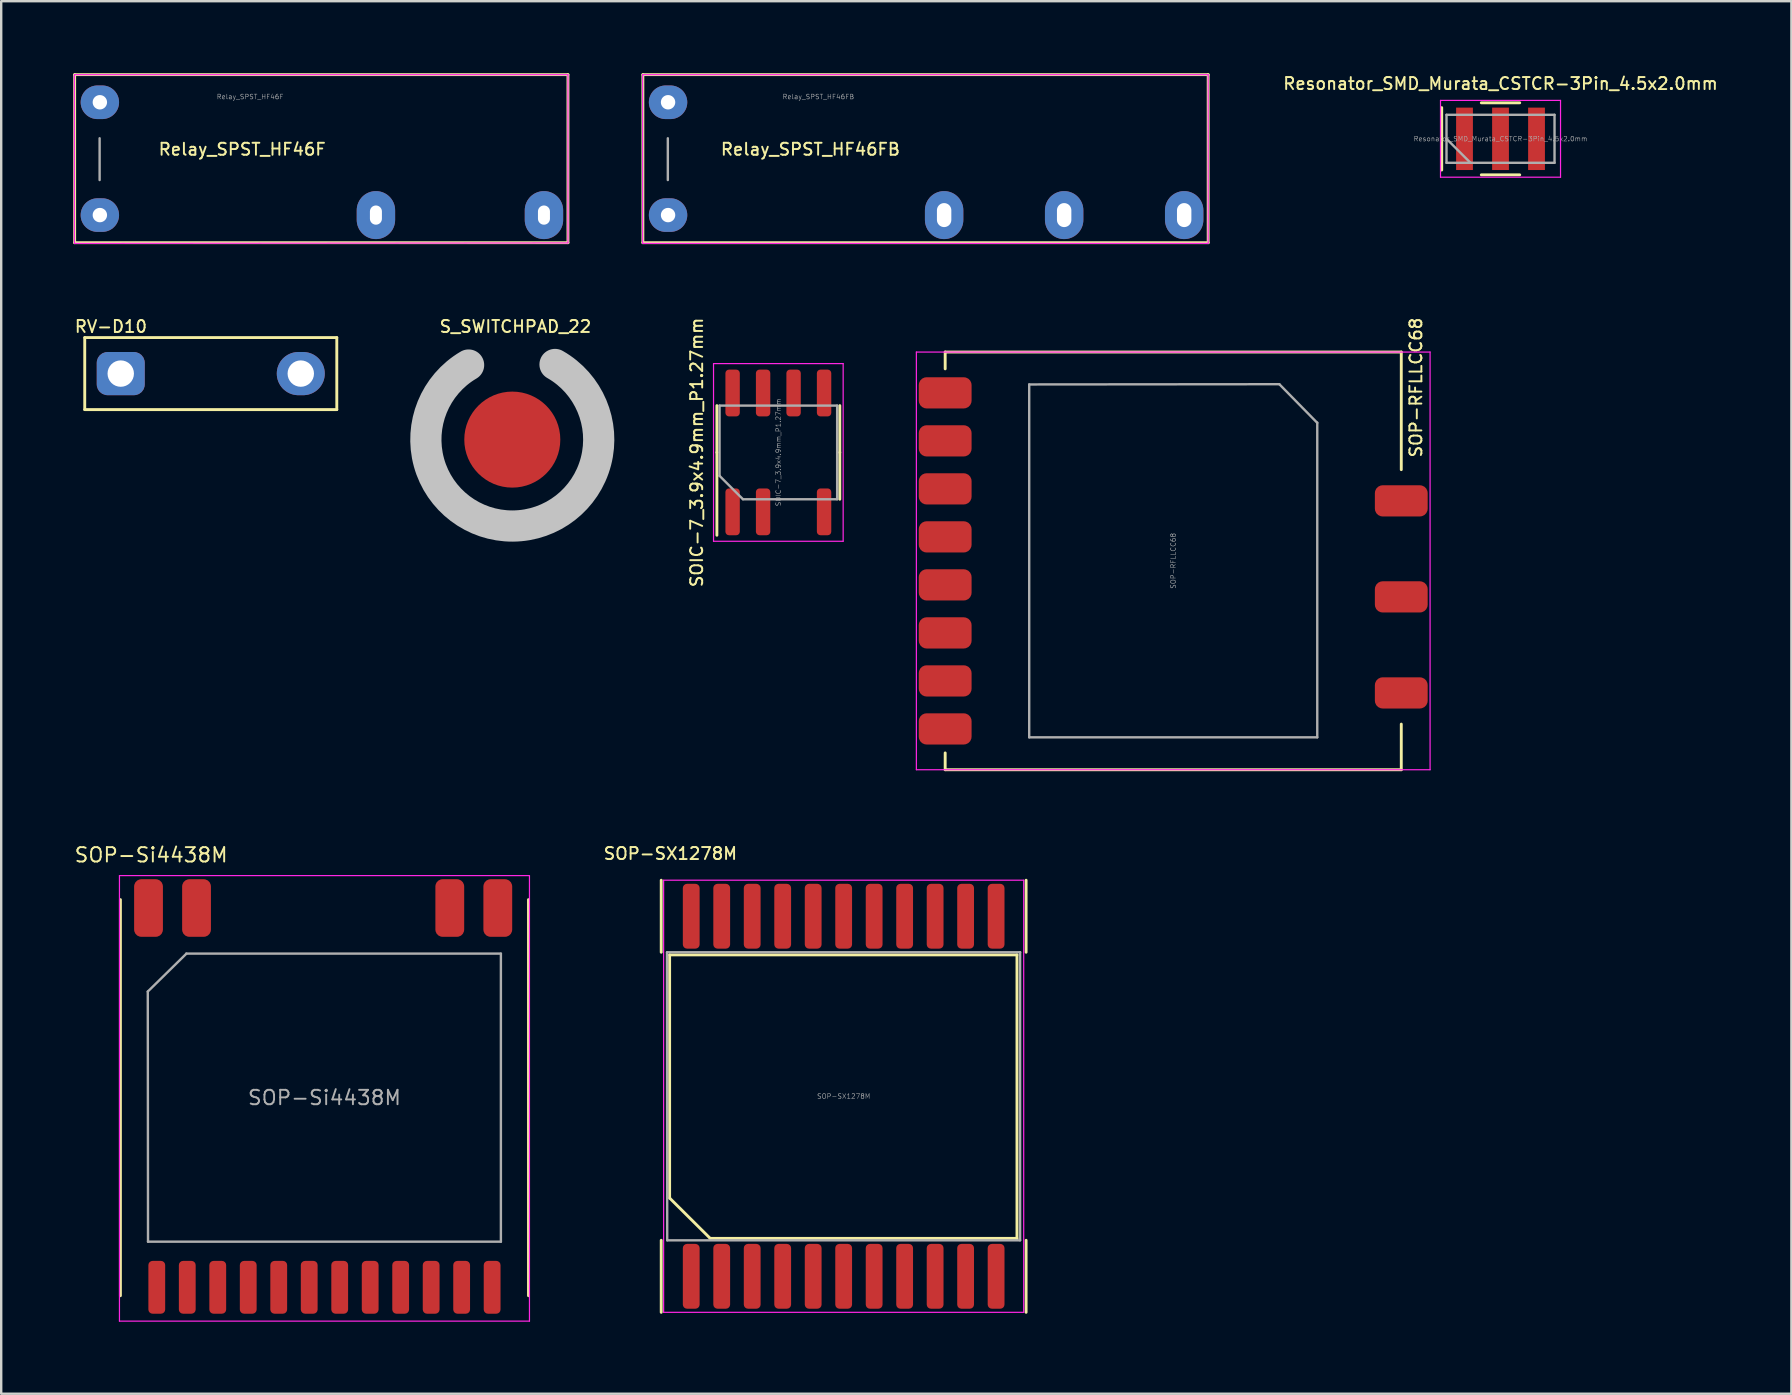
<source format=kicad_pcb>
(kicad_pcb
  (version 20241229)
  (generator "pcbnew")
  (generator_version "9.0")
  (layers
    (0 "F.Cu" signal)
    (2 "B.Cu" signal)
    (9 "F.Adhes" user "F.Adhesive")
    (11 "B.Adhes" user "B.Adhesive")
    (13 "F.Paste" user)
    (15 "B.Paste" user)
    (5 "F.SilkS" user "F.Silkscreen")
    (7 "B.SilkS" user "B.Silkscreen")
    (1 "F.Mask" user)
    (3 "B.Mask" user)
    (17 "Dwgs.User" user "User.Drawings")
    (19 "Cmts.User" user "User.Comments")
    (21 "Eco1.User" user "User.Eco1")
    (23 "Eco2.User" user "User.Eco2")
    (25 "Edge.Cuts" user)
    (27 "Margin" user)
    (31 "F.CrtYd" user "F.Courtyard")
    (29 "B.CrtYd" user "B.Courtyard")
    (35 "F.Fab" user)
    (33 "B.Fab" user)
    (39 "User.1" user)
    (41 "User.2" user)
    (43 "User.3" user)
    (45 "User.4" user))
  (footprint "SOIC-7_3.9x4.9mm_P1.27mm"
    (layer "F.Cu")
    (at 29.374 15.797)
    (property "Reference" "SOIC-7_3.9x4.9mm_P1.27mm" (at -3.4 0 90) (layer "F.SilkS") (effects (font (size 0.5 0.5) (thickness 0.08))))
    (attr smd)
    (fp_line (start -2.56 0) (end -2.56 -1.95) (stroke (width 0.12) (type solid)) (layer "F.SilkS"))
    (fp_line (start -2.56 0) (end -2.56 3.45) (stroke (width 0.12) (type solid)) (layer "F.SilkS"))
    (fp_line (start 2.56 0) (end 2.56 -1.95) (stroke (width 0.12) (type solid)) (layer "F.SilkS"))
    (fp_line (start 2.56 0) (end 2.56 1.95) (stroke (width 0.12) (type solid)) (layer "F.SilkS"))
    (fp_line (start -2.7 -3.7) (end -2.7 3.7) (stroke (width 0.05) (type solid)) (layer "F.CrtYd"))
    (fp_line (start -2.7 3.7) (end 2.7 3.7) (stroke (width 0.05) (type solid)) (layer "F.CrtYd"))
    (fp_line (start 2.7 -3.7) (end -2.7 -3.7) (stroke (width 0.05) (type solid)) (layer "F.CrtYd"))
    (fp_line (start 2.7 3.7) (end 2.7 -3.7) (stroke (width 0.05) (type solid)) (layer "F.CrtYd"))
    (fp_line (start -2.45 -1.95) (end 2.45 -1.95) (stroke (width 0.1) (type solid)) (layer "F.Fab"))
    (fp_line (start -2.45 0.975) (end -2.45 -1.95) (stroke (width 0.1) (type solid)) (layer "F.Fab"))
    (fp_line (start -1.475 1.95) (end -2.45 0.975) (stroke (width 0.1) (type solid)) (layer "F.Fab"))
    (fp_line (start 2.45 -1.95) (end 2.45 1.95) (stroke (width 0.1) (type solid)) (layer "F.Fab"))
    (fp_line (start 2.45 1.95) (end -1.475 1.95) (stroke (width 0.1) (type solid)) (layer "F.Fab"))
    (fp_text user "${REFERENCE}" (at 0 0 90) (layer "F.Fab") (effects (font (size 0.2 0.2) (thickness 0.02))))
    (pad "1" smd roundrect (at -1.905 2.475 90) (size 1.95 0.6) (layers "F.Cu" "F.Mask" "F.Paste") (roundrect_rratio 0.25))
    (pad "2" smd roundrect (at -0.635 2.475 90) (size 1.95 0.6) (layers "F.Cu" "F.Mask" "F.Paste") (roundrect_rratio 0.25))
    (pad "4" smd roundrect (at 1.905 2.475 90) (size 1.95 0.6) (layers "F.Cu" "F.Mask" "F.Paste") (roundrect_rratio 0.25))
    (pad "5" smd roundrect (at 1.905 -2.475 90) (size 1.95 0.6) (layers "F.Cu" "F.Mask" "F.Paste") (roundrect_rratio 0.25))
    (pad "6" smd roundrect (at 0.635 -2.475 90) (size 1.95 0.6) (layers "F.Cu" "F.Mask" "F.Paste") (roundrect_rratio 0.25))
    (pad "7" smd roundrect (at -0.635 -2.475 90) (size 1.95 0.6) (layers "F.Cu" "F.Mask" "F.Paste") (roundrect_rratio 0.25))
    (pad "8" smd roundrect (at -1.905 -2.475 90) (size 1.95 0.6) (layers "F.Cu" "F.Mask" "F.Paste") (roundrect_rratio 0.25)))
  (footprint "RV-D10"
    (layer "F.Cu")
    (at 1.98 12.513)
    (property "Reference" "RV-D10" (at -0.41 -1.96 0) (layer "F.SilkS") (effects (font (size 0.5 0.5) (thickness 0.08))))
    (attr through_hole)
    (fp_line (start -1.5 -1.5) (end -1.5 1.5) (stroke (width 0.12) (type solid)) (layer "F.SilkS"))
    (fp_line (start -1.5 1.5) (end 9 1.5) (stroke (width 0.12) (type solid)) (layer "F.SilkS"))
    (fp_line (start 9 -1.5) (end -1.5 -1.5) (stroke (width 0.12) (type solid)) (layer "F.SilkS"))
    (fp_line (start 9 1.5) (end 9 -1.5) (stroke (width 0.12) (type solid)) (layer "F.SilkS"))
    (pad "1" thru_hole roundrect (at 0 0 180) (size 2 1.8) (drill 1.1) (layers "*.Cu" "*.Mask") (roundrect_rratio 0.25))
    (pad "2" thru_hole oval (at 7.5 0 180) (size 2 1.8) (drill 1.1) (layers "*.Cu" "*.Mask")))
  (footprint "Relay_SPST_HF46FB"
    (layer "F.Cu")
    (at 24.78 5.91)
    (property "Reference" "Relay_SPST_HF46FB" (at 5.93 -2.74 180) (layer "F.SilkS") (effects (font (size 0.5 0.5) (thickness 0.08))))
    (attr through_hole)
    (fp_line (start -1.05 -5.85) (end 22.5 -5.85) (stroke (width 0.12) (type solid)) (layer "F.SilkS"))
    (fp_line (start -1.05 1.15) (end -1.05 -5.85) (stroke (width 0.12) (type solid)) (layer "F.SilkS"))
    (fp_line (start -1.05 1.15) (end 22.5 1.15) (stroke (width 0.12) (type solid)) (layer "F.SilkS"))
    (fp_line (start 22.5 1.15) (end 22.5 -5.85) (stroke (width 0.12) (type solid)) (layer "F.SilkS"))
    (fp_line (start -1.06 -5.85) (end 22.5 -5.85) (stroke (width 0.05) (type solid)) (layer "F.CrtYd"))
    (fp_line (start -1.06 1.18) (end -1.06 -5.85) (stroke (width 0.05) (type solid)) (layer "F.CrtYd"))
    (fp_line (start 22.5 -5.85) (end 22.5 1.18) (stroke (width 0.05) (type solid)) (layer "F.CrtYd"))
    (fp_line (start 22.5 1.18) (end -1.06 1.18) (stroke (width 0.05) (type solid)) (layer "F.CrtYd"))
    (fp_line (start -0.01 -1.46) (end -0.01 -3.2) (stroke (width 0.1) (type solid)) (layer "F.Fab"))
    (fp_text user "${REFERENCE}" (at 6.26 -4.93 0) (layer "F.Fab") (effects (font (size 0.2 0.2) (thickness 0.02))))
    (pad "1" thru_hole oval (at 0 0 180) (size 1.6 1.4) (drill 0.6) (layers "*.Cu" "*.Mask"))
    (pad "2" thru_hole oval (at 0 -4.7 180) (size 1.6 1.4) (drill 0.6) (layers "*.Cu" "*.Mask"))
    (pad "3" thru_hole oval (at 16.5 0 180) (size 1.6 2) (drill oval 0.6 1) (layers "*.Cu" "*.Mask"))
    (pad "4" thru_hole oval (at 21.5 0 180) (size 1.6 2) (drill oval 0.6 1) (layers "*.Cu" "*.Mask"))
    (pad "5" thru_hole oval (at 11.5 0 180) (size 1.6 2) (drill oval 0.6 1) (layers "*.Cu" "*.Mask")))
  (footprint "Relay_SPST_HF46F"
    (layer "F.Cu")
    (at 1.11 5.91)
    (property "Reference" "Relay_SPST_HF46F" (at 5.93 -2.74 180) (layer "F.SilkS") (effects (font (size 0.5 0.5) (thickness 0.08))))
    (attr through_hole)
    (fp_line (start -1.05 -5.85) (end 19.5 -5.85) (stroke (width 0.12) (type solid)) (layer "F.SilkS"))
    (fp_line (start -1.05 1.15) (end -1.05 -5.85) (stroke (width 0.12) (type solid)) (layer "F.SilkS"))
    (fp_line (start -1.05 1.15) (end 19.5 1.15) (stroke (width 0.12) (type solid)) (layer "F.SilkS"))
    (fp_line (start 19.5 1.15) (end 19.5 -5.85) (stroke (width 0.12) (type solid)) (layer "F.SilkS"))
    (fp_line (start -1.06 1.18) (end -1.06 -5.85) (stroke (width 0.05) (type solid)) (layer "F.CrtYd"))
    (fp_line (start -1.05 -5.85) (end 19.5 -5.85) (stroke (width 0.05) (type solid)) (layer "F.CrtYd"))
    (fp_line (start 19.5 -5.85) (end 19.5 1.16) (stroke (width 0.05) (type solid)) (layer "F.CrtYd"))
    (fp_line (start 19.5 1.16) (end -1.06 1.18) (stroke (width 0.05) (type solid)) (layer "F.CrtYd"))
    (fp_line (start -0.01 -1.46) (end -0.01 -3.2) (stroke (width 0.1) (type solid)) (layer "F.Fab"))
    (fp_text user "${REFERENCE}" (at 6.26 -4.93 0) (layer "F.Fab") (effects (font (size 0.2 0.2) (thickness 0.02))))
    (pad "1" thru_hole oval (at 0 0 180) (size 1.6 1.4) (drill 0.6) (layers "*.Cu" "*.Mask"))
    (pad "2" thru_hole oval (at 0 -4.7 180) (size 1.6 1.4) (drill 0.6) (layers "*.Cu" "*.Mask"))
    (pad "3" thru_hole oval (at 11.5 0 180) (size 1.6 2) (drill oval 0.5 0.8) (layers "*.Cu" "*.Mask"))
    (pad "4" thru_hole oval (at 18.5 0 180) (size 1.6 2) (drill oval 0.5 0.8) (layers "*.Cu" "*.Mask")))
  (footprint "SOP-SX1278M"
    (layer "F.Cu")
    (at 32.095 42.618)
    (property "Reference" "SOP-SX1278M" (at -7.22 -10.11 0) (layer "F.SilkS") (effects (font (size 0.5 0.5) (thickness 0.08))))
    (attr smd)
    (fp_line (start -7.6 -9) (end -7.6 -6) (stroke (width 0.12) (type solid)) (layer "F.SilkS"))
    (fp_line (start -7.6 6) (end -7.6 9) (stroke (width 0.12) (type solid)) (layer "F.SilkS"))
    (fp_line (start -7.25 -5.89) (end -7.25 4.24) (stroke (width 0.12) (type solid)) (layer "F.SilkS"))
    (fp_line (start -7.25 -5.89) (end 7.22 -5.89) (stroke (width 0.12) (type solid)) (layer "F.SilkS"))
    (fp_line (start -7.24 4.25) (end -5.56 5.92) (stroke (width 0.12) (type solid)) (layer "F.SilkS"))
    (fp_line (start 7.22 -5.89) (end 7.22 5.92) (stroke (width 0.12) (type solid)) (layer "F.SilkS"))
    (fp_line (start 7.22 5.92) (end -5.56 5.92) (stroke (width 0.12) (type solid)) (layer "F.SilkS"))
    (fp_line (start 7.6 -9) (end 7.6 -6) (stroke (width 0.12) (type solid)) (layer "F.SilkS"))
    (fp_line (start 7.6 6) (end 7.6 9) (stroke (width 0.12) (type solid)) (layer "F.SilkS"))
    (fp_line (start -7.5 -9) (end -7.5 9) (stroke (width 0.05) (type solid)) (layer "F.CrtYd"))
    (fp_line (start -7.5 9) (end 7.5 9) (stroke (width 0.05) (type solid)) (layer "F.CrtYd"))
    (fp_line (start 7.5 -9) (end -7.5 -9) (stroke (width 0.05) (type solid)) (layer "F.CrtYd"))
    (fp_line (start 7.5 9) (end 7.5 -9) (stroke (width 0.05) (type solid)) (layer "F.CrtYd"))
    (fp_line (start -7.36 -6) (end 7.35 -6) (stroke (width 0.1) (type solid)) (layer "F.Fab"))
    (fp_line (start -7.36 -5.99) (end -7.35 6) (stroke (width 0.1) (type solid)) (layer "F.Fab"))
    (fp_line (start 7.35 -6) (end 7.35 6) (stroke (width 0.1) (type solid)) (layer "F.Fab"))
    (fp_line (start 7.35 6) (end -7.35 6) (stroke (width 0.1) (type solid)) (layer "F.Fab"))
    (fp_text user "${REFERENCE}" (at 0 0 0) (layer "F.Fab") (effects (font (size 0.2 0.2) (thickness 0.02))))
    (pad "1" smd roundrect (at -6.35 7.5 90) (size 2.7 0.7) (layers "F.Cu" "F.Mask" "F.Paste") (roundrect_rratio 0.25))
    (pad "2" smd roundrect (at -5.08 7.5 90) (size 2.7 0.7) (layers "F.Cu" "F.Mask" "F.Paste") (roundrect_rratio 0.25))
    (pad "3" smd roundrect (at -3.81 7.5 90) (size 2.7 0.7) (layers "F.Cu" "F.Mask" "F.Paste") (roundrect_rratio 0.25))
    (pad "4" smd roundrect (at -2.54 7.5 90) (size 2.7 0.7) (layers "F.Cu" "F.Mask" "F.Paste") (roundrect_rratio 0.25))
    (pad "5" smd roundrect (at -1.27 7.5 90) (size 2.7 0.7) (layers "F.Cu" "F.Mask" "F.Paste") (roundrect_rratio 0.25))
    (pad "6" smd roundrect (at 0 7.5 90) (size 2.7 0.7) (layers "F.Cu" "F.Mask" "F.Paste") (roundrect_rratio 0.25))
    (pad "7" smd roundrect (at 1.27 7.5 90) (size 2.7 0.7) (layers "F.Cu" "F.Mask" "F.Paste") (roundrect_rratio 0.25))
    (pad "8" smd roundrect (at 2.54 7.5 90) (size 2.7 0.7) (layers "F.Cu" "F.Mask" "F.Paste") (roundrect_rratio 0.25))
    (pad "9" smd roundrect (at 3.81 7.5 90) (size 2.7 0.7) (layers "F.Cu" "F.Mask" "F.Paste") (roundrect_rratio 0.25))
    (pad "10" smd roundrect (at 5.08 7.5 90) (size 2.7 0.7) (layers "F.Cu" "F.Mask" "F.Paste") (roundrect_rratio 0.25))
    (pad "11" smd roundrect (at 6.35 7.5 90) (size 2.7 0.7) (layers "F.Cu" "F.Mask" "F.Paste") (roundrect_rratio 0.25))
    (pad "12" smd roundrect (at 6.35 -7.5 90) (size 2.7 0.7) (layers "F.Cu" "F.Mask" "F.Paste") (roundrect_rratio 0.25))
    (pad "13" smd roundrect (at 5.08 -7.5 90) (size 2.7 0.7) (layers "F.Cu" "F.Mask" "F.Paste") (roundrect_rratio 0.25))
    (pad "14" smd roundrect (at 3.81 -7.5 90) (size 2.7 0.7) (layers "F.Cu" "F.Mask" "F.Paste") (roundrect_rratio 0.25))
    (pad "15" smd roundrect (at 2.54 -7.5 90) (size 2.7 0.7) (layers "F.Cu" "F.Mask" "F.Paste") (roundrect_rratio 0.25))
    (pad "16" smd roundrect (at 1.27 -7.5 90) (size 2.7 0.7) (layers "F.Cu" "F.Mask" "F.Paste") (roundrect_rratio 0.25))
    (pad "17" smd roundrect (at 0 -7.5 90) (size 2.7 0.7) (layers "F.Cu" "F.Mask" "F.Paste") (roundrect_rratio 0.25))
    (pad "18" smd roundrect (at -1.27 -7.5 90) (size 2.7 0.7) (layers "F.Cu" "F.Mask" "F.Paste") (roundrect_rratio 0.25))
    (pad "19" smd roundrect (at -2.54 -7.5 90) (size 2.7 0.7) (layers "F.Cu" "F.Mask" "F.Paste") (roundrect_rratio 0.25))
    (pad "20" smd roundrect (at -3.81 -7.5 90) (size 2.7 0.7) (layers "F.Cu" "F.Mask" "F.Paste") (roundrect_rratio 0.25))
    (pad "21" smd roundrect (at -5.08 -7.5 90) (size 2.7 0.7) (layers "F.Cu" "F.Mask" "F.Paste") (roundrect_rratio 0.25))
    (pad "22" smd roundrect (at -6.35 -7.5 90) (size 2.7 0.7) (layers "F.Cu" "F.Mask" "F.Paste") (roundrect_rratio 0.25)))
  (footprint "Resonator_SMD_Murata_CSTCR-3Pin_4.5x2.0mm"
    (layer "F.Cu")
    (at 59.458 2.733)
    (property "Reference" "Resonator_SMD_Murata_CSTCR-3Pin_4.5x2.0mm" (at 0 -2.3 0) (layer "F.SilkS") (effects (font (size 0.5 0.5) (thickness 0.08))))
    (attr smd)
    (fp_line (start -2.45 -1.3) (end -2.45 1.3) (stroke (width 0.12) (type solid)) (layer "F.SilkS"))
    (fp_line (start -0.8 -1.5) (end 0.8 -1.5) (stroke (width 0.12) (type solid)) (layer "F.SilkS"))
    (fp_line (start -0.8 1.5) (end 0.8 1.5) (stroke (width 0.12) (type solid)) (layer "F.SilkS"))
    (fp_line (start -2.5 -1.6) (end -2.5 1.6) (stroke (width 0.05) (type solid)) (layer "F.CrtYd"))
    (fp_line (start -2.5 1.6) (end 2.5 1.6) (stroke (width 0.05) (type solid)) (layer "F.CrtYd"))
    (fp_line (start 2.5 -1.6) (end -2.5 -1.6) (stroke (width 0.05) (type solid)) (layer "F.CrtYd"))
    (fp_line (start 2.5 1.6) (end 2.5 -1.6) (stroke (width 0.05) (type solid)) (layer "F.CrtYd"))
    (fp_line (start -2.25 -1) (end -2.25 1) (stroke (width 0.1) (type solid)) (layer "F.Fab"))
    (fp_line (start -2.25 0) (end -1.25 1) (stroke (width 0.1) (type solid)) (layer "F.Fab"))
    (fp_line (start -2.25 1) (end 2.25 1) (stroke (width 0.1) (type solid)) (layer "F.Fab"))
    (fp_line (start 2.25 -1) (end -2.25 -1) (stroke (width 0.1) (type solid)) (layer "F.Fab"))
    (fp_line (start 2.25 1) (end 2.25 -1) (stroke (width 0.1) (type solid)) (layer "F.Fab"))
    (fp_text user "${REFERENCE}" (at 0 0 0) (layer "F.Fab") (effects (font (size 0.2 0.2) (thickness 0.02))))
    (pad "1" smd rect (at -1.5 0) (size 0.7 2.6) (layers "F.Cu" "F.Mask" "F.Paste"))
    (pad "2" smd rect (at 0 0) (size 0.7 2.6) (layers "F.Cu" "F.Mask" "F.Paste"))
    (pad "3" smd rect (at 1.5 0) (size 0.7 2.6) (layers "F.Cu" "F.Mask" "F.Paste")))
  (footprint "S_SWITCHPAD_22"
    (layer "F.Cu")
    (at 18.291 15.263)
    (property "Reference" "S_SWITCHPAD_22" (at 0.13 -4.71 0) (layer "F.SilkS") (effects (font (size 0.5 0.5) (thickness 0.08))))
    (attr through_hole)
    (fp_arc (start 1.78 -3.13) (mid 0.023475 3.60066) (end -1.82066 -3.106525) (stroke (width 1.3) (type solid)) (layer "Dwgs.User"))
    (pad "1" smd circle (at 0.05 3.59 90) (size 1.2 1.2) (layers "F.Cu" "F.Mask" "F.Paste"))
    (pad "2" smd circle (at 0 0 90) (size 4 4) (layers "F.Cu" "F.Mask" "F.Paste")))
  (footprint "SOP-RFLLCC68"
    (layer "F.Cu")
    (at 45.824 20.315)
    (property "Reference" "SOP-RFLLCC68" (at 10.11 -7.22 270) (layer "F.SilkS") (effects (font (size 0.5 0.5) (thickness 0.08))))
    (attr smd)
    (fp_line (start -9.5 -8.7) (end -9.5 -8) (stroke (width 0.12) (type solid)) (layer "F.SilkS"))
    (fp_line (start -9.5 8) (end -9.5 8.7) (stroke (width 0.12) (type solid)) (layer "F.SilkS"))
    (fp_line (start 9.5 -8.7) (end -9.5 -8.7) (stroke (width 0.12) (type solid)) (layer "F.SilkS"))
    (fp_line (start 9.5 -8.7) (end 9.5 -3.8) (stroke (width 0.12) (type solid)) (layer "F.SilkS"))
    (fp_line (start 9.5 6.8) (end 9.5 8.7) (stroke (width 0.12) (type solid)) (layer "F.SilkS"))
    (fp_line (start 9.5 8.7) (end -9.5 8.7) (stroke (width 0.12) (type solid)) (layer "F.SilkS"))
    (fp_line (start -10.7 -8.7) (end -10.7 8.7) (stroke (width 0.05) (type solid)) (layer "F.CrtYd"))
    (fp_line (start -10.7 8.7) (end 10.7 8.7) (stroke (width 0.05) (type solid)) (layer "F.CrtYd"))
    (fp_line (start 10.7 -8.7) (end -10.7 -8.7) (stroke (width 0.05) (type solid)) (layer "F.CrtYd"))
    (fp_line (start 10.7 8.7) (end 10.7 -8.7) (stroke (width 0.05) (type solid)) (layer "F.CrtYd"))
    (fp_line (start -6 7.35) (end -6 -7.35) (stroke (width 0.1) (type solid)) (layer "F.Fab"))
    (fp_line (start 4.42 -7.36) (end -6 -7.35) (stroke (width 0.1) (type solid)) (layer "F.Fab"))
    (fp_line (start 4.42 -7.36) (end 6 -5.75) (stroke (width 0.1) (type solid)) (layer "F.Fab"))
    (fp_line (start 6 -5.76) (end 6 7.35) (stroke (width 0.1) (type solid)) (layer "F.Fab"))
    (fp_line (start 6 7.35) (end -6 7.35) (stroke (width 0.1) (type solid)) (layer "F.Fab"))
    (fp_text user "${REFERENCE}" (at 0 0 270) (layer "F.Fab") (effects (font (size 0.2 0.2) (thickness 0.02))))
    (pad "1" smd roundrect (at -9.5 -7) (size 2.2 1.3) (layers "F.Cu" "F.Mask" "F.Paste") (roundrect_rratio 0.25))
    (pad "2" smd roundrect (at -9.5 -5) (size 2.2 1.3) (layers "F.Cu" "F.Mask" "F.Paste") (roundrect_rratio 0.25))
    (pad "3" smd roundrect (at -9.5 -3) (size 2.2 1.3) (layers "F.Cu" "F.Mask" "F.Paste") (roundrect_rratio 0.25))
    (pad "4" smd roundrect (at -9.5 -1) (size 2.2 1.3) (layers "F.Cu" "F.Mask" "F.Paste") (roundrect_rratio 0.25))
    (pad "5" smd roundrect (at -9.5 1) (size 2.2 1.3) (layers "F.Cu" "F.Mask" "F.Paste") (roundrect_rratio 0.25))
    (pad "6" smd roundrect (at -9.5 3) (size 2.2 1.3) (layers "F.Cu" "F.Mask" "F.Paste") (roundrect_rratio 0.25))
    (pad "7" smd roundrect (at -9.5 5) (size 2.2 1.3) (layers "F.Cu" "F.Mask" "F.Paste") (roundrect_rratio 0.25))
    (pad "8" smd roundrect (at -9.5 7) (size 2.2 1.3) (layers "F.Cu" "F.Mask" "F.Paste") (roundrect_rratio 0.25))
    (pad "9" smd roundrect (at 9.5 5.5) (size 2.2 1.3) (layers "F.Cu" "F.Mask" "F.Paste") (roundrect_rratio 0.25))
    (pad "10" smd roundrect (at 9.5 1.5) (size 2.2 1.3) (layers "F.Cu" "F.Mask" "F.Paste") (roundrect_rratio 0.25))
    (pad "11" smd roundrect (at 9.5 -2.5) (size 2.2 1.3) (layers "F.Cu" "F.Mask" "F.Paste") (roundrect_rratio 0.25)))
  (footprint "SOP-Si4438M"
    (layer "F.Cu")
    (at 10.466 42.676)
    (property "Reference" "SOP-Si4438M" (at -7.22 -10.11 0) (layer "F.SilkS") (effects (font (size 0.6 0.6) (thickness 0.08))))
    (attr smd)
    (fp_line (start -8.5 -8.25) (end -8.5 8.25) (stroke (width 0.12) (type solid)) (layer "F.SilkS"))
    (fp_line (start 8.5 -8.25) (end 8.5 8.25) (stroke (width 0.12) (type solid)) (layer "F.SilkS"))
    (fp_line (start -8.54 -9.25) (end -8.54 9.31) (stroke (width 0.05) (type solid)) (layer "F.CrtYd"))
    (fp_line (start -8.54 9.31) (end 8.54 9.31) (stroke (width 0.05) (type solid)) (layer "F.CrtYd"))
    (fp_line (start 8.54 -9.25) (end -8.54 -9.25) (stroke (width 0.05) (type solid)) (layer "F.CrtYd"))
    (fp_line (start 8.54 9.31) (end 8.54 -9.25) (stroke (width 0.05) (type solid)) (layer "F.CrtYd"))
    (fp_line (start -7.36 -4.42) (end -7.35 6) (stroke (width 0.1) (type solid)) (layer "F.Fab"))
    (fp_line (start -7.36 -4.42) (end -5.75 -6) (stroke (width 0.1) (type solid)) (layer "F.Fab"))
    (fp_line (start -5.76 -6) (end 7.35 -6) (stroke (width 0.1) (type solid)) (layer "F.Fab"))
    (fp_line (start 7.35 -6) (end 7.35 6) (stroke (width 0.1) (type solid)) (layer "F.Fab"))
    (fp_line (start 7.35 6) (end -7.35 6) (stroke (width 0.1) (type solid)) (layer "F.Fab"))
    (fp_text user "${REFERENCE}" (at 0 0 0) (layer "F.Fab") (effects (font (size 0.6 0.6) (thickness 0.08))))
    (pad "1" smd roundrect (at -6.985 7.9 90) (size 2.2 0.7) (layers "F.Cu" "F.Mask" "F.Paste") (roundrect_rratio 0.25))
    (pad "2" smd roundrect (at -5.715 7.9 90) (size 2.2 0.7) (layers "F.Cu" "F.Mask" "F.Paste") (roundrect_rratio 0.25))
    (pad "3" smd roundrect (at -4.445 7.9 90) (size 2.2 0.7) (layers "F.Cu" "F.Mask" "F.Paste") (roundrect_rratio 0.25))
    (pad "4" smd roundrect (at -3.175 7.9 90) (size 2.2 0.7) (layers "F.Cu" "F.Mask" "F.Paste") (roundrect_rratio 0.25))
    (pad "5" smd roundrect (at -1.905 7.9 90) (size 2.2 0.7) (layers "F.Cu" "F.Mask" "F.Paste") (roundrect_rratio 0.25))
    (pad "6" smd roundrect (at -0.635 7.9 90) (size 2.2 0.7) (layers "F.Cu" "F.Mask" "F.Paste") (roundrect_rratio 0.25))
    (pad "7" smd roundrect (at 0.635 7.9 90) (size 2.2 0.7) (layers "F.Cu" "F.Mask" "F.Paste") (roundrect_rratio 0.25))
    (pad "8" smd roundrect (at 1.905 7.9 90) (size 2.2 0.7) (layers "F.Cu" "F.Mask" "F.Paste") (roundrect_rratio 0.25))
    (pad "9" smd roundrect (at 3.175 7.9 90) (size 2.2 0.7) (layers "F.Cu" "F.Mask" "F.Paste") (roundrect_rratio 0.25))
    (pad "10" smd roundrect (at 4.445 7.9 90) (size 2.2 0.7) (layers "F.Cu" "F.Mask" "F.Paste") (roundrect_rratio 0.25))
    (pad "11" smd roundrect (at 5.715 7.9 90) (size 2.2 0.7) (layers "F.Cu" "F.Mask" "F.Paste") (roundrect_rratio 0.25))
    (pad "12" smd roundrect (at 6.985 7.9 90) (size 2.2 0.7) (layers "F.Cu" "F.Mask" "F.Paste") (roundrect_rratio 0.25))
    (pad "13" smd roundrect (at 7.221 -7.9 90) (size 2.4 1.2) (layers "F.Cu" "F.Mask" "F.Paste") (roundrect_rratio 0.25))
    (pad "14" smd roundrect (at 5.221 -7.9 90) (size 2.4 1.2) (layers "F.Cu" "F.Mask" "F.Paste") (roundrect_rratio 0.25))
    (pad "15" smd roundrect (at -5.329 -7.9 90) (size 2.4 1.2) (layers "F.Cu" "F.Mask" "F.Paste") (roundrect_rratio 0.25))
    (pad "16" smd roundrect (at -7.329 -7.9 90) (size 2.4 1.2) (layers "F.Cu" "F.Mask" "F.Paste") (roundrect_rratio 0.25)))
  (gr_rect
    (start -3 -3)
    (end 71.575 55.011)
    (stroke (width 0.1) (type default))
    (fill no)
    (layer "Edge.Cuts")))
</source>
